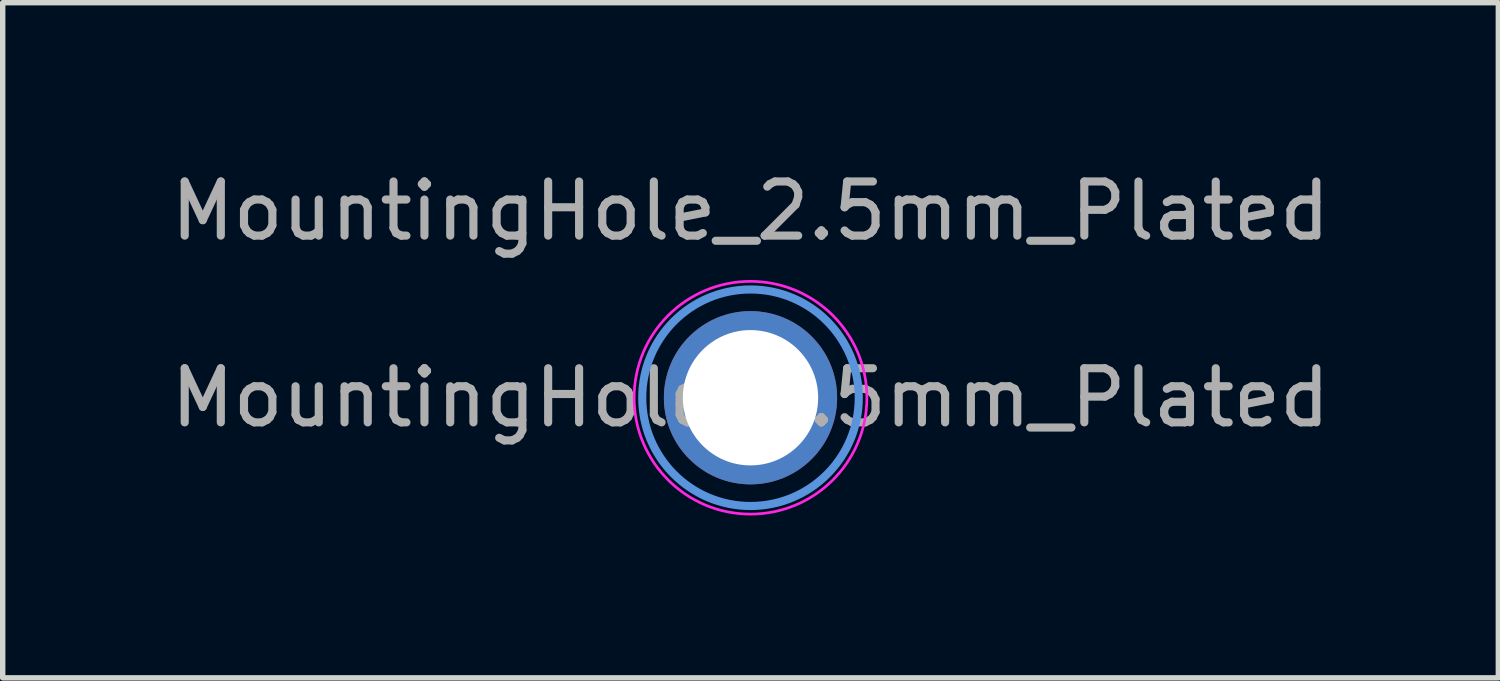
<source format=kicad_pcb>
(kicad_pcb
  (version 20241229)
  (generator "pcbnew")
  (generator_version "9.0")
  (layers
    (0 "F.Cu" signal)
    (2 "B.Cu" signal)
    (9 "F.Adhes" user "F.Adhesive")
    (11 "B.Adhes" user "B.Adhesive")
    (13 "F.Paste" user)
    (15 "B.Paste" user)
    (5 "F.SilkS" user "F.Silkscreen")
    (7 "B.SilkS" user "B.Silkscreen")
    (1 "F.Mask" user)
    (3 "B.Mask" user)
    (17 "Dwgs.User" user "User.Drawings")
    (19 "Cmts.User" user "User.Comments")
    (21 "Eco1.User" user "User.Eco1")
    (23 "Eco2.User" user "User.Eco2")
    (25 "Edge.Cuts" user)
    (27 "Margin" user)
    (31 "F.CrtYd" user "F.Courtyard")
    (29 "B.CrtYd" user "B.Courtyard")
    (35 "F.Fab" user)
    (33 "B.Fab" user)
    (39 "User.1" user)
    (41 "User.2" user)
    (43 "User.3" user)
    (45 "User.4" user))
  (footprint "MountingHole_2.5mm_Plated"
    (layer "F.Cu")
    (at 10.815 4.298)
    (property "Reference" "MountingHole_2.5mm_Plated" (at 0 -3.45 0) (layer "F.Fab") (effects (font (size 1 1) (thickness 0.15))))
    (attr exclude_from_pos_files exclude_from_bom)
    (fp_circle (center 0 0) (end 2 0) (stroke (width 0.15) (type solid)) (fill no) (layer "Cmts.User"))
    (fp_circle (center 0 0) (end 2.15 0) (stroke (width 0.05) (type solid)) (fill no) (layer "F.CrtYd"))
    (fp_text user "${REFERENCE}" (at 0 0 0) (layer "F.Fab") (effects (font (size 1 1) (thickness 0.15))))
    (pad "" thru_hole circle (at 0 0) (size 3.2 3.2) (drill 2.5) (layers "*.Cu" "*.Mask"))
    (zone (net_name "") (layers "F.Cu" "B.Cu") (name "Keepout") (hatch edge 0.5) (connect_pads) (min_thickness 0.25) (filled_areas_thickness no) (keepout (tracks not_allowed) (vias not_allowed) (pads allowed) (copperpour not_allowed) (footprints allowed)) (placement (enabled no)) (fill) (polygon (pts (arc (start 8.815477 4.29825) (mid 12.815477 4.29825) (end 8.815477 4.29825))))))
  (gr_rect
    (start -3 -3)
    (end 24.631 9.473)
    (stroke (width 0.1) (type default))
    (fill no)
    (layer "Edge.Cuts")))
</source>
